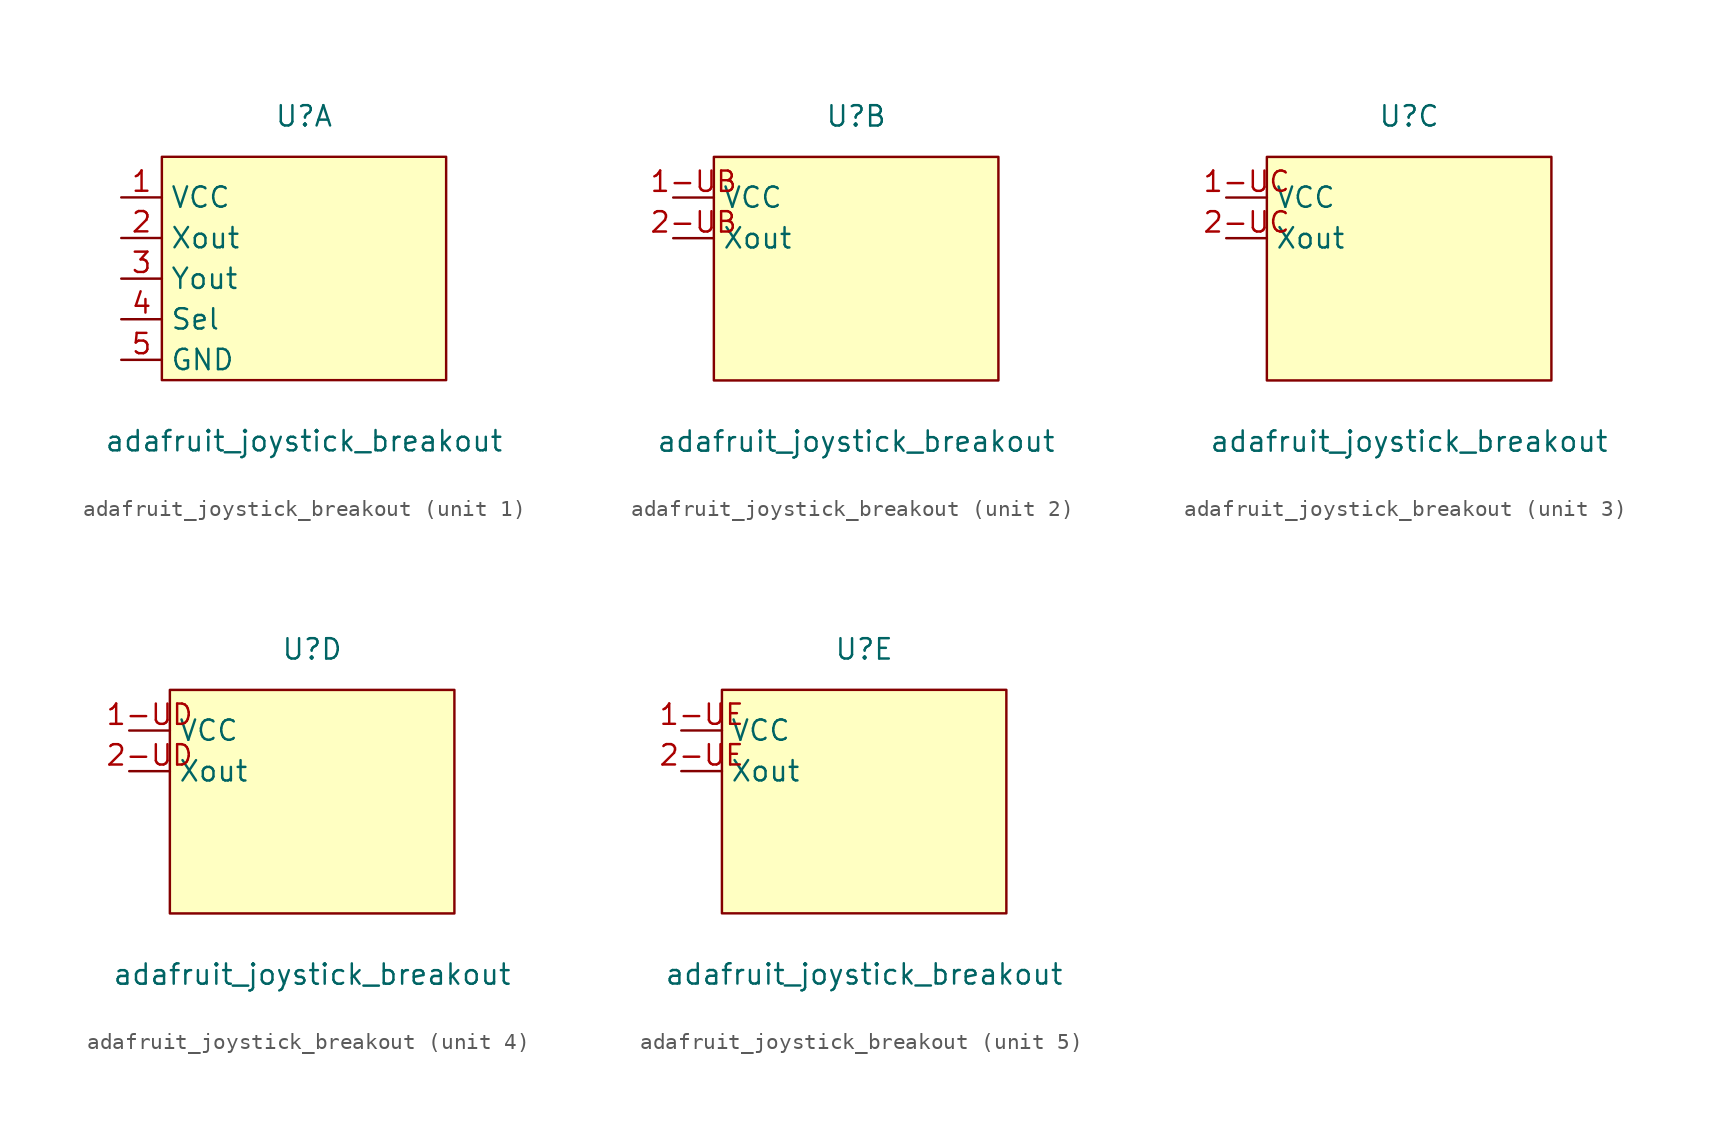
<source format=kicad_sym>
(kicad_symbol_lib
  (version 20211014)
  (generator kicad_symbol_editor)
  (symbol "adafruit_joystick_breakout"
    (property "Reference" "U"
      (at 0 0 0)
      (effects (font (size 1.27 1.27))))
    (property "Value" "adafruit_joystick_breakout"
      (at 0 -20.32 0)
      (effects (font (size 1.27 1.27))))
    (symbol "adafruit_joystick_breakout_0_1"
      (rectangle (start -8.89 -2.54) (end 8.89 -16.51) (stroke (width 0) (type default) (color 0 0 0 0)) (fill (type background))))
    (symbol "adafruit_joystick_breakout_1_1"
      (pin input line (at -11.43 -5.08 0) (length 2.54) (name "VCC" (effects (font (size 1.27 1.27)))) (number "1" (effects (font (size 1.27 1.27)))))
      (pin output line (at -11.43 -7.62 0) (length 2.54) (name "Xout" (effects (font (size 1.27 1.27)))) (number "2" (effects (font (size 1.27 1.27)))))
      (pin output line (at -11.43 -10.16 0) (length 2.54) (name "Yout" (effects (font (size 1.27 1.27)))) (number "3" (effects (font (size 1.27 1.27)))))
      (pin output line (at -11.43 -12.7 0) (length 2.54) (name "Sel" (effects (font (size 1.27 1.27)))) (number "4" (effects (font (size 1.27 1.27)))))
      (pin input line (at -11.43 -15.24 0) (length 2.54) (name "GND" (effects (font (size 1.27 1.27)))) (number "5" (effects (font (size 1.27 1.27))))))
    (symbol "adafruit_joystick_breakout_2_1"
      (pin input line (at -11.43 -5.08 0) (length 2.54) (name "VCC" (effects (font (size 1.27 1.27)))) (number "1-UB" (effects (font (size 1.27 1.27)))))
      (pin output line (at -11.43 -7.62 0) (length 2.54) (name "Xout" (effects (font (size 1.27 1.27)))) (number "2-UB" (effects (font (size 1.27 1.27))))))
    (symbol "adafruit_joystick_breakout_3_1"
      (pin input line (at -11.43 -5.08 0) (length 2.54) (name "VCC" (effects (font (size 1.27 1.27)))) (number "1-UC" (effects (font (size 1.27 1.27)))))
      (pin output line (at -11.43 -7.62 0) (length 2.54) (name "Xout" (effects (font (size 1.27 1.27)))) (number "2-UC" (effects (font (size 1.27 1.27))))))
    (symbol "adafruit_joystick_breakout_4_1"
      (pin input line (at -11.43 -5.08 0) (length 2.54) (name "VCC" (effects (font (size 1.27 1.27)))) (number "1-UD" (effects (font (size 1.27 1.27)))))
      (pin output line (at -11.43 -7.62 0) (length 2.54) (name "Xout" (effects (font (size 1.27 1.27)))) (number "2-UD" (effects (font (size 1.27 1.27))))))
    (symbol "adafruit_joystick_breakout_5_1"
      (pin input line (at -11.43 -5.08 0) (length 2.54) (name "VCC" (effects (font (size 1.27 1.27)))) (number "1-UE" (effects (font (size 1.27 1.27)))))
      (pin output line (at -11.43 -7.62 0) (length 2.54) (name "Xout" (effects (font (size 1.27 1.27)))) (number "2-UE" (effects (font (size 1.27 1.27))))))))
</source>
